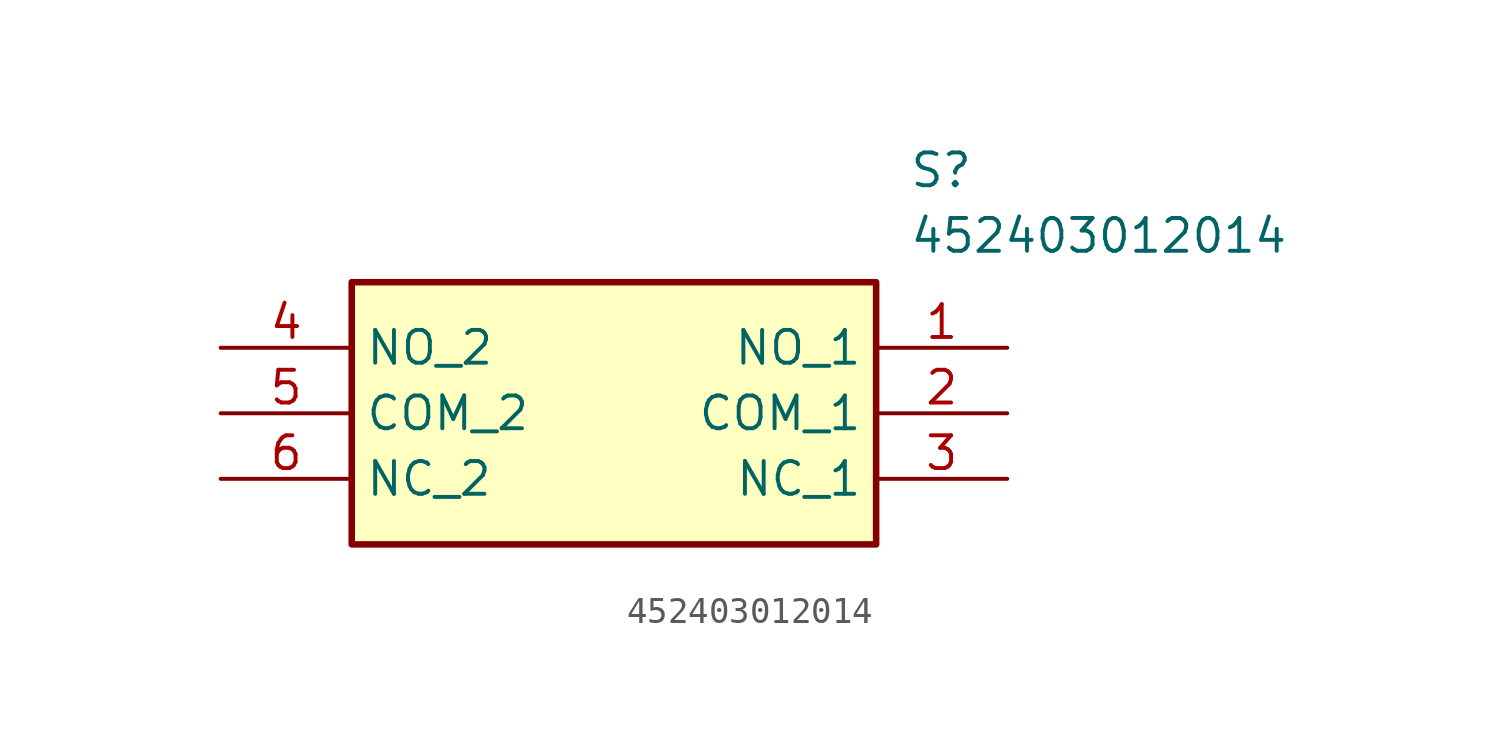
<source format=kicad_sym>
(kicad_symbol_lib
  (version 20211014)
  (generator SamacSys_ECAD_Model)
  (symbol "452403012014"
    (property "Reference" "S"
      (at 26.67 7.62 0)
      (effects (font (size 1.27 1.27)) (justify left top)))
    (property "Value" "452403012014"
      (at 26.67 5.08 0)
      (effects (font (size 1.27 1.27)) (justify left top)))
    (rectangle
      (start 5.08 2.54)
      (end 25.4 -7.62)
      (stroke (width 0.254) (type default))
      (fill (type background)))
    (pin passive line
      (at 30.48 0 180)
      (length 5.08)
      (name "NO_1" (effects (font (size 1.27 1.27))))
      (number "1" (effects (font (size 1.27 1.27)))))
    (pin passive line
      (at 30.48 -2.54 180)
      (length 5.08)
      (name "COM_1" (effects (font (size 1.27 1.27))))
      (number "2" (effects (font (size 1.27 1.27)))))
    (pin passive line
      (at 30.48 -5.08 180)
      (length 5.08)
      (name "NC_1" (effects (font (size 1.27 1.27))))
      (number "3" (effects (font (size 1.27 1.27)))))
    (pin passive line
      (at 0 0 0)
      (length 5.08)
      (name "NO_2" (effects (font (size 1.27 1.27))))
      (number "4" (effects (font (size 1.27 1.27)))))
    (pin passive line
      (at 0 -2.54 0)
      (length 5.08)
      (name "COM_2" (effects (font (size 1.27 1.27))))
      (number "5" (effects (font (size 1.27 1.27)))))
    (pin passive line
      (at 0 -5.08 0)
      (length 5.08)
      (name "NC_2" (effects (font (size 1.27 1.27))))
      (number "6" (effects (font (size 1.27 1.27)))))))
</source>
